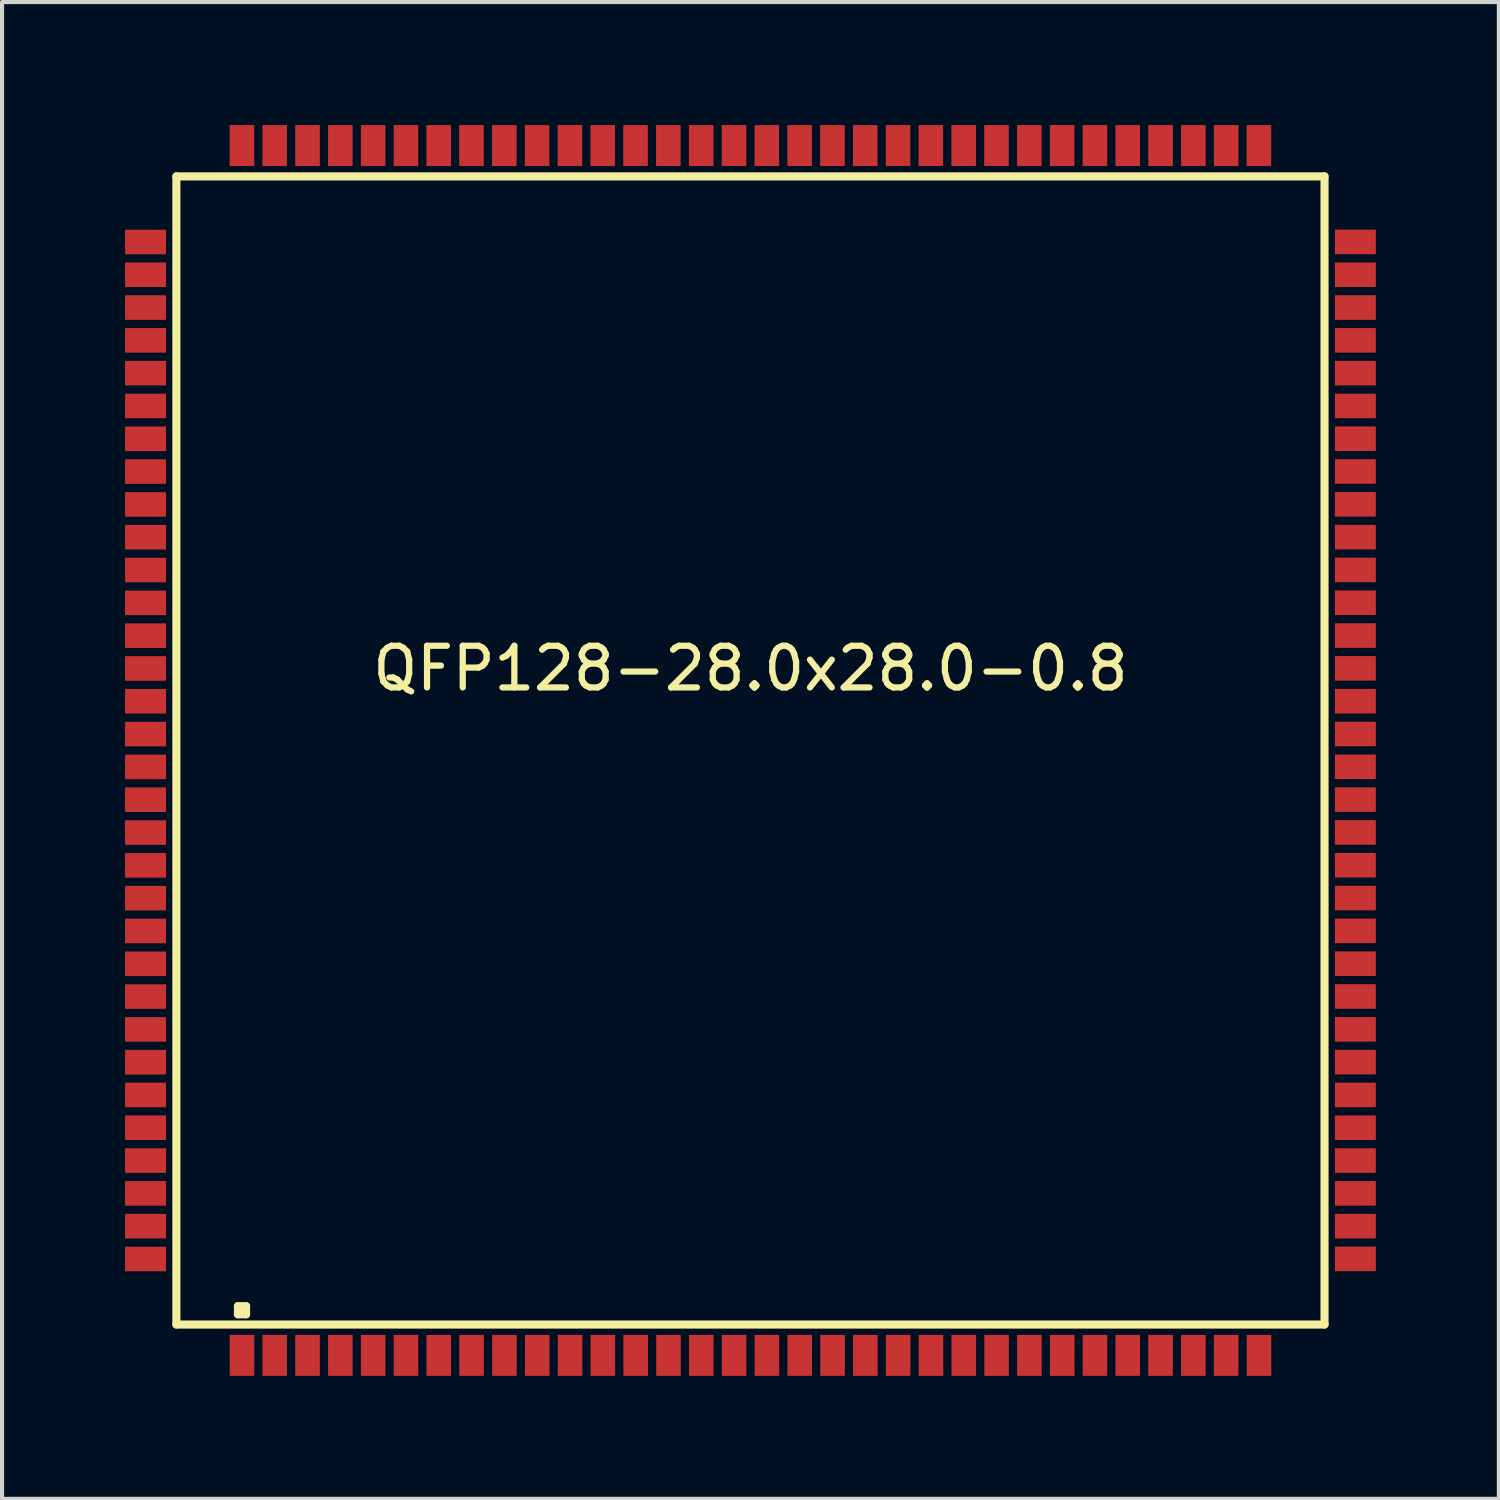
<source format=kicad_pcb>
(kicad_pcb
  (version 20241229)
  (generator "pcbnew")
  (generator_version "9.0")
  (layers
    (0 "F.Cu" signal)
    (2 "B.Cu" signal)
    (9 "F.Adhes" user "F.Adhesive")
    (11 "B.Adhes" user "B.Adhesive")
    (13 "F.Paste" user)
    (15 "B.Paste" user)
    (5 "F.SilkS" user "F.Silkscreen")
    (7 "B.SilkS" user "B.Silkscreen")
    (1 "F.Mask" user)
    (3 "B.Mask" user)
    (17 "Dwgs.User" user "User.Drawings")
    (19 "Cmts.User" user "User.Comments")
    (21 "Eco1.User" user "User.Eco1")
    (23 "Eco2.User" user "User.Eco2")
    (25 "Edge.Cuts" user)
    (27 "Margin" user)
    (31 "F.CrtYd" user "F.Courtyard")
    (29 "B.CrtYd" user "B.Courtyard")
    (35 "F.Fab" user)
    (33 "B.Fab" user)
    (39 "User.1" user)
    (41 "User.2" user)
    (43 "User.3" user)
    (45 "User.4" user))
  (footprint "QFP128-28.0x28.0-0.8"
    (layer "F.Cu")
    (at 15.249 15.249)
    (property "Reference" "QFP128-28.0x28.0-0.8" (at 0 -1.999 0) (layer "F.SilkS") (effects (font (size 1.016 1.016) (thickness 0.152))))
    (attr through_hole)
    (fp_line (start -13.998 -13.998) (end 13.998 -13.998) (stroke (width 0.198) (type solid)) (layer "F.SilkS"))
    (fp_line (start -13.998 13.998) (end -13.998 -13.998) (stroke (width 0.198) (type solid)) (layer "F.SilkS"))
    (fp_line (start -12.497 13.551) (end -12.299 13.551) (stroke (width 0.198) (type solid)) (layer "F.SilkS"))
    (fp_line (start -12.497 13.749) (end -12.497 13.551) (stroke (width 0.198) (type solid)) (layer "F.SilkS"))
    (fp_line (start -12.299 13.551) (end -12.299 13.749) (stroke (width 0.198) (type solid)) (layer "F.SilkS"))
    (fp_line (start -12.299 13.749) (end -12.497 13.749) (stroke (width 0.198) (type solid)) (layer "F.SilkS"))
    (fp_line (start 13.998 -13.998) (end 13.998 13.998) (stroke (width 0.198) (type solid)) (layer "F.SilkS"))
    (fp_line (start 13.998 13.998) (end -13.998 13.998) (stroke (width 0.198) (type solid)) (layer "F.SilkS"))
    (pad "1" smd rect (at -12.398 14.75) (size 0.599 0.998) (layers "*.Mask" "F.Cu"))
    (pad "2" smd rect (at -11.6 14.75) (size 0.599 0.998) (layers "*.Mask" "F.Cu"))
    (pad "3" smd rect (at -10.8 14.75) (size 0.599 0.998) (layers "*.Mask" "F.Cu"))
    (pad "4" smd rect (at -10 14.75) (size 0.599 0.998) (layers "*.Mask" "F.Cu"))
    (pad "5" smd rect (at -9.2 14.75) (size 0.599 0.998) (layers "*.Mask" "F.Cu"))
    (pad "6" smd rect (at -8.4 14.75) (size 0.599 0.998) (layers "*.Mask" "F.Cu"))
    (pad "7" smd rect (at -7.6 14.75) (size 0.599 0.998) (layers "*.Mask" "F.Cu"))
    (pad "8" smd rect (at -6.8 14.75) (size 0.599 0.998) (layers "*.Mask" "F.Cu"))
    (pad "9" smd rect (at -5.999 14.75) (size 0.599 0.998) (layers "*.Mask" "F.Cu"))
    (pad "10" smd rect (at -5.199 14.75) (size 0.599 0.998) (layers "*.Mask" "F.Cu"))
    (pad "11" smd rect (at -4.399 14.75) (size 0.599 0.998) (layers "*.Mask" "F.Cu"))
    (pad "12" smd rect (at -3.599 14.75) (size 0.599 0.998) (layers "*.Mask" "F.Cu"))
    (pad "13" smd rect (at -2.799 14.75) (size 0.599 0.998) (layers "*.Mask" "F.Cu"))
    (pad "14" smd rect (at -1.999 14.75) (size 0.599 0.998) (layers "*.Mask" "F.Cu"))
    (pad "15" smd rect (at -1.199 14.75) (size 0.599 0.998) (layers "*.Mask" "F.Cu"))
    (pad "16" smd rect (at -0.399 14.75) (size 0.599 0.998) (layers "*.Mask" "F.Cu"))
    (pad "17" smd rect (at 0.401 14.75) (size 0.599 0.998) (layers "*.Mask" "F.Cu"))
    (pad "18" smd rect (at 1.201 14.75) (size 0.599 0.998) (layers "*.Mask" "F.Cu"))
    (pad "19" smd rect (at 2.002 14.75) (size 0.599 0.998) (layers "*.Mask" "F.Cu"))
    (pad "20" smd rect (at 2.802 14.75) (size 0.599 0.998) (layers "*.Mask" "F.Cu"))
    (pad "21" smd rect (at 3.602 14.75) (size 0.599 0.998) (layers "*.Mask" "F.Cu"))
    (pad "22" smd rect (at 4.402 14.75) (size 0.599 0.998) (layers "*.Mask" "F.Cu"))
    (pad "23" smd rect (at 5.202 14.75) (size 0.599 0.998) (layers "*.Mask" "F.Cu"))
    (pad "24" smd rect (at 6.002 14.75) (size 0.599 0.998) (layers "*.Mask" "F.Cu"))
    (pad "25" smd rect (at 6.802 14.75) (size 0.599 0.998) (layers "*.Mask" "F.Cu"))
    (pad "26" smd rect (at 7.602 14.75) (size 0.599 0.998) (layers "*.Mask" "F.Cu"))
    (pad "27" smd rect (at 8.4 14.75) (size 0.599 0.998) (layers "*.Mask" "F.Cu"))
    (pad "28" smd rect (at 9.2 14.75) (size 0.599 0.998) (layers "*.Mask" "F.Cu"))
    (pad "29" smd rect (at 10 14.75) (size 0.599 0.998) (layers "*.Mask" "F.Cu"))
    (pad "30" smd rect (at 10.8 14.75) (size 0.599 0.998) (layers "*.Mask" "F.Cu"))
    (pad "31" smd rect (at 11.6 14.75) (size 0.599 0.998) (layers "*.Mask" "F.Cu"))
    (pad "32" smd rect (at 12.4 14.75) (size 0.599 0.998) (layers "*.Mask" "F.Cu"))
    (pad "33" smd rect (at 14.75 12.398 90) (size 0.599 0.998) (layers "*.Mask" "F.Cu"))
    (pad "34" smd rect (at 14.75 11.6 90) (size 0.599 0.998) (layers "*.Mask" "F.Cu"))
    (pad "35" smd rect (at 14.75 10.8 90) (size 0.599 0.998) (layers "*.Mask" "F.Cu"))
    (pad "36" smd rect (at 14.75 10 90) (size 0.599 0.998) (layers "*.Mask" "F.Cu"))
    (pad "37" smd rect (at 14.75 9.2 90) (size 0.599 0.998) (layers "*.Mask" "F.Cu"))
    (pad "38" smd rect (at 14.75 8.4 90) (size 0.599 0.998) (layers "*.Mask" "F.Cu"))
    (pad "39" smd rect (at 14.75 7.6 90) (size 0.599 0.998) (layers "*.Mask" "F.Cu"))
    (pad "40" smd rect (at 14.75 6.8 90) (size 0.599 0.998) (layers "*.Mask" "F.Cu"))
    (pad "41" smd rect (at 14.75 5.999 90) (size 0.599 0.998) (layers "*.Mask" "F.Cu"))
    (pad "42" smd rect (at 14.75 5.199 90) (size 0.599 0.998) (layers "*.Mask" "F.Cu"))
    (pad "43" smd rect (at 14.75 4.399 90) (size 0.599 0.998) (layers "*.Mask" "F.Cu"))
    (pad "44" smd rect (at 14.75 3.599 90) (size 0.599 0.998) (layers "*.Mask" "F.Cu"))
    (pad "45" smd rect (at 14.75 2.799 90) (size 0.599 0.998) (layers "*.Mask" "F.Cu"))
    (pad "46" smd rect (at 14.75 1.999 90) (size 0.599 0.998) (layers "*.Mask" "F.Cu"))
    (pad "47" smd rect (at 14.75 1.199 90) (size 0.599 0.998) (layers "*.Mask" "F.Cu"))
    (pad "48" smd rect (at 14.75 0.399 90) (size 0.599 0.998) (layers "*.Mask" "F.Cu"))
    (pad "49" smd rect (at 14.75 -0.401 90) (size 0.599 0.998) (layers "*.Mask" "F.Cu"))
    (pad "50" smd rect (at 14.75 -1.201 90) (size 0.599 0.998) (layers "*.Mask" "F.Cu"))
    (pad "51" smd rect (at 14.75 -2.002 90) (size 0.599 0.998) (layers "*.Mask" "F.Cu"))
    (pad "52" smd rect (at 14.75 -2.802 90) (size 0.599 0.998) (layers "*.Mask" "F.Cu"))
    (pad "53" smd rect (at 14.75 -3.602 90) (size 0.599 0.998) (layers "*.Mask" "F.Cu"))
    (pad "54" smd rect (at 14.75 -4.402 90) (size 0.599 0.998) (layers "*.Mask" "F.Cu"))
    (pad "55" smd rect (at 14.75 -5.202 90) (size 0.599 0.998) (layers "*.Mask" "F.Cu"))
    (pad "56" smd rect (at 14.75 -6.002 90) (size 0.599 0.998) (layers "*.Mask" "F.Cu"))
    (pad "57" smd rect (at 14.75 -6.802 90) (size 0.599 0.998) (layers "*.Mask" "F.Cu"))
    (pad "58" smd rect (at 14.75 -7.602 90) (size 0.599 0.998) (layers "*.Mask" "F.Cu"))
    (pad "59" smd rect (at 14.75 -8.4 90) (size 0.599 0.998) (layers "*.Mask" "F.Cu"))
    (pad "60" smd rect (at 14.75 -9.2 90) (size 0.599 0.998) (layers "*.Mask" "F.Cu"))
    (pad "61" smd rect (at 14.75 -10 90) (size 0.599 0.998) (layers "*.Mask" "F.Cu"))
    (pad "62" smd rect (at 14.75 -10.8 90) (size 0.599 0.998) (layers "*.Mask" "F.Cu"))
    (pad "63" smd rect (at 14.75 -11.6 90) (size 0.599 0.998) (layers "*.Mask" "F.Cu"))
    (pad "64" smd rect (at 14.75 -12.4 90) (size 0.599 0.998) (layers "*.Mask" "F.Cu"))
    (pad "65" smd rect (at 12.398 -14.75) (size 0.599 0.998) (layers "*.Mask" "F.Cu"))
    (pad "66" smd rect (at 11.6 -14.75) (size 0.599 0.998) (layers "*.Mask" "F.Cu"))
    (pad "67" smd rect (at 10.8 -14.75) (size 0.599 0.998) (layers "*.Mask" "F.Cu"))
    (pad "68" smd rect (at 10 -14.75) (size 0.599 0.998) (layers "*.Mask" "F.Cu"))
    (pad "69" smd rect (at 9.2 -14.75) (size 0.599 0.998) (layers "*.Mask" "F.Cu"))
    (pad "70" smd rect (at 8.4 -14.75) (size 0.599 0.998) (layers "*.Mask" "F.Cu"))
    (pad "71" smd rect (at 7.6 -14.75) (size 0.599 0.998) (layers "*.Mask" "F.Cu"))
    (pad "72" smd rect (at 6.8 -14.75) (size 0.599 0.998) (layers "*.Mask" "F.Cu"))
    (pad "73" smd rect (at 5.999 -14.75) (size 0.599 0.998) (layers "*.Mask" "F.Cu"))
    (pad "74" smd rect (at 5.199 -14.75) (size 0.599 0.998) (layers "*.Mask" "F.Cu"))
    (pad "75" smd rect (at 4.399 -14.75) (size 0.599 0.998) (layers "*.Mask" "F.Cu"))
    (pad "76" smd rect (at 3.599 -14.75) (size 0.599 0.998) (layers "*.Mask" "F.Cu"))
    (pad "77" smd rect (at 2.799 -14.75) (size 0.599 0.998) (layers "*.Mask" "F.Cu"))
    (pad "78" smd rect (at 1.999 -14.75) (size 0.599 0.998) (layers "*.Mask" "F.Cu"))
    (pad "79" smd rect (at 1.199 -14.75) (size 0.599 0.998) (layers "*.Mask" "F.Cu"))
    (pad "80" smd rect (at 0.399 -14.75) (size 0.599 0.998) (layers "*.Mask" "F.Cu"))
    (pad "81" smd rect (at -0.401 -14.75) (size 0.599 0.998) (layers "*.Mask" "F.Cu"))
    (pad "82" smd rect (at -1.201 -14.75) (size 0.599 0.998) (layers "*.Mask" "F.Cu"))
    (pad "83" smd rect (at -2.002 -14.75) (size 0.599 0.998) (layers "*.Mask" "F.Cu"))
    (pad "84" smd rect (at -2.802 -14.75) (size 0.599 0.998) (layers "*.Mask" "F.Cu"))
    (pad "85" smd rect (at -3.602 -14.75) (size 0.599 0.998) (layers "*.Mask" "F.Cu"))
    (pad "86" smd rect (at -4.402 -14.75) (size 0.599 0.998) (layers "*.Mask" "F.Cu"))
    (pad "87" smd rect (at -5.202 -14.75) (size 0.599 0.998) (layers "*.Mask" "F.Cu"))
    (pad "88" smd rect (at -6.002 -14.75) (size 0.599 0.998) (layers "*.Mask" "F.Cu"))
    (pad "89" smd rect (at -6.802 -14.75) (size 0.599 0.998) (layers "*.Mask" "F.Cu"))
    (pad "90" smd rect (at -7.602 -14.75) (size 0.599 0.998) (layers "*.Mask" "F.Cu"))
    (pad "91" smd rect (at -8.4 -14.75) (size 0.599 0.998) (layers "*.Mask" "F.Cu"))
    (pad "92" smd rect (at -9.2 -14.75) (size 0.599 0.998) (layers "*.Mask" "F.Cu"))
    (pad "93" smd rect (at -10 -14.75) (size 0.599 0.998) (layers "*.Mask" "F.Cu"))
    (pad "94" smd rect (at -10.8 -14.75) (size 0.599 0.998) (layers "*.Mask" "F.Cu"))
    (pad "95" smd rect (at -11.6 -14.75) (size 0.599 0.998) (layers "*.Mask" "F.Cu"))
    (pad "96" smd rect (at -12.4 -14.75) (size 0.599 0.998) (layers "*.Mask" "F.Cu"))
    (pad "97" smd rect (at -14.75 -12.398 90) (size 0.599 0.998) (layers "*.Mask" "F.Cu"))
    (pad "98" smd rect (at -14.75 -11.6 90) (size 0.599 0.998) (layers "*.Mask" "F.Cu"))
    (pad "99" smd rect (at -14.75 -10.8 90) (size 0.599 0.998) (layers "*.Mask" "F.Cu"))
    (pad "100" smd rect (at -14.75 -10 90) (size 0.599 0.998) (layers "*.Mask" "F.Cu"))
    (pad "101" smd rect (at -14.75 -9.2 90) (size 0.599 0.998) (layers "*.Mask" "F.Cu"))
    (pad "102" smd rect (at -14.75 -8.4 90) (size 0.599 0.998) (layers "*.Mask" "F.Cu"))
    (pad "103" smd rect (at -14.75 -7.6 90) (size 0.599 0.998) (layers "*.Mask" "F.Cu"))
    (pad "104" smd rect (at -14.75 -6.8 90) (size 0.599 0.998) (layers "*.Mask" "F.Cu"))
    (pad "105" smd rect (at -14.75 -5.999 90) (size 0.599 0.998) (layers "*.Mask" "F.Cu"))
    (pad "106" smd rect (at -14.75 -5.199 90) (size 0.599 0.998) (layers "*.Mask" "F.Cu"))
    (pad "107" smd rect (at -14.75 -4.399 90) (size 0.599 0.998) (layers "*.Mask" "F.Cu"))
    (pad "108" smd rect (at -14.75 -3.599 90) (size 0.599 0.998) (layers "*.Mask" "F.Cu"))
    (pad "109" smd rect (at -14.75 -2.799 90) (size 0.599 0.998) (layers "*.Mask" "F.Cu"))
    (pad "110" smd rect (at -14.75 -1.999 90) (size 0.599 0.998) (layers "*.Mask" "F.Cu"))
    (pad "111" smd rect (at -14.75 -1.199 90) (size 0.599 0.998) (layers "*.Mask" "F.Cu"))
    (pad "112" smd rect (at -14.75 -0.399 90) (size 0.599 0.998) (layers "*.Mask" "F.Cu"))
    (pad "113" smd rect (at -14.75 0.401 90) (size 0.599 0.998) (layers "*.Mask" "F.Cu"))
    (pad "114" smd rect (at -14.75 1.201 90) (size 0.599 0.998) (layers "*.Mask" "F.Cu"))
    (pad "115" smd rect (at -14.75 2.002 90) (size 0.599 0.998) (layers "*.Mask" "F.Cu"))
    (pad "116" smd rect (at -14.75 2.802 90) (size 0.599 0.998) (layers "*.Mask" "F.Cu"))
    (pad "117" smd rect (at -14.75 3.602 90) (size 0.599 0.998) (layers "*.Mask" "F.Cu"))
    (pad "118" smd rect (at -14.75 4.402 90) (size 0.599 0.998) (layers "*.Mask" "F.Cu"))
    (pad "119" smd rect (at -14.75 5.202 90) (size 0.599 0.998) (layers "*.Mask" "F.Cu"))
    (pad "120" smd rect (at -14.75 6.002 90) (size 0.599 0.998) (layers "*.Mask" "F.Cu"))
    (pad "121" smd rect (at -14.75 6.802 90) (size 0.599 0.998) (layers "*.Mask" "F.Cu"))
    (pad "122" smd rect (at -14.75 7.602 90) (size 0.599 0.998) (layers "*.Mask" "F.Cu"))
    (pad "123" smd rect (at -14.75 8.4 90) (size 0.599 0.998) (layers "*.Mask" "F.Cu"))
    (pad "124" smd rect (at -14.75 9.2 90) (size 0.599 0.998) (layers "*.Mask" "F.Cu"))
    (pad "125" smd rect (at -14.75 10 90) (size 0.599 0.998) (layers "*.Mask" "F.Cu"))
    (pad "126" smd rect (at -14.75 10.8 90) (size 0.599 0.998) (layers "*.Mask" "F.Cu"))
    (pad "127" smd rect (at -14.75 11.6 90) (size 0.599 0.998) (layers "*.Mask" "F.Cu"))
    (pad "128" smd rect (at -14.75 12.4 90) (size 0.599 0.998) (layers "*.Mask" "F.Cu")))
  (gr_rect
    (start -3 -3)
    (end 33.498 33.498)
    (stroke (width 0.1) (type default))
    (fill no)
    (layer "Edge.Cuts")))
</source>
